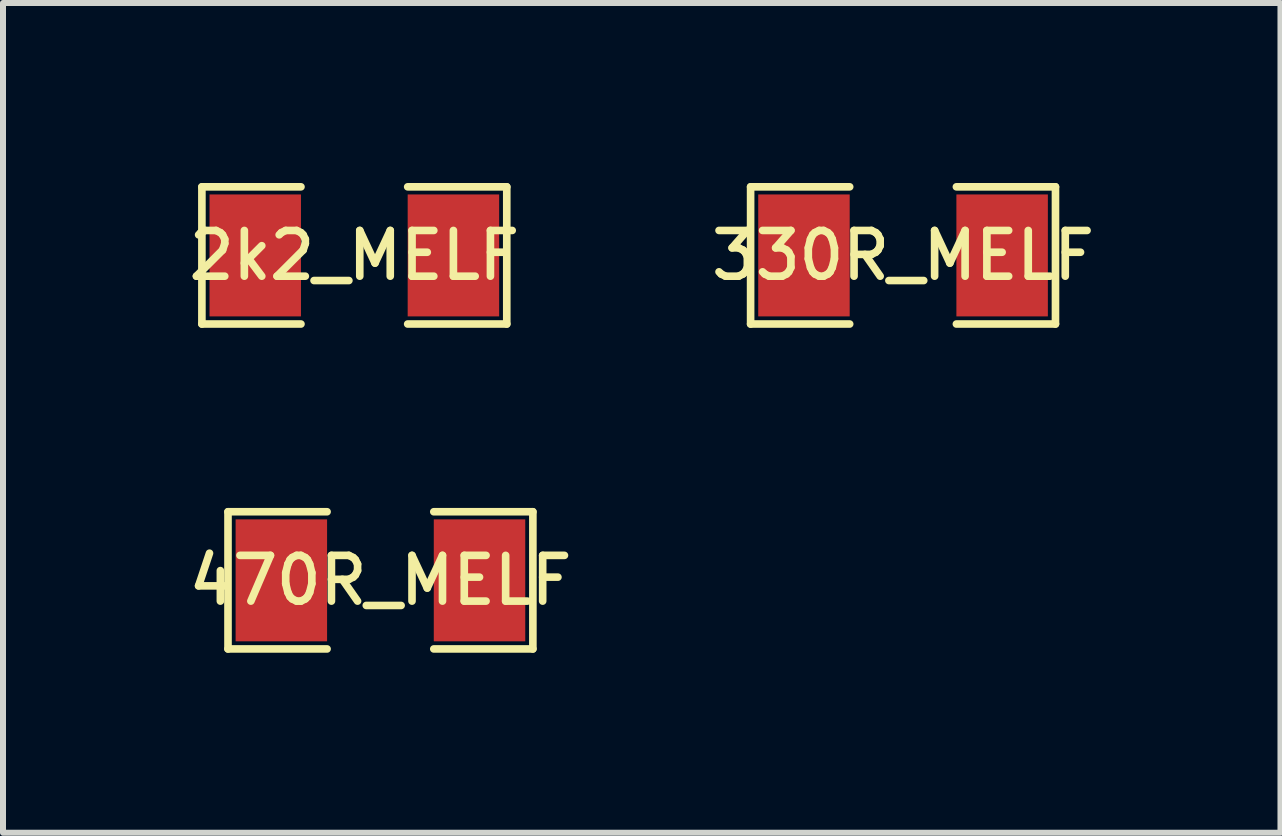
<source format=kicad_pcb>
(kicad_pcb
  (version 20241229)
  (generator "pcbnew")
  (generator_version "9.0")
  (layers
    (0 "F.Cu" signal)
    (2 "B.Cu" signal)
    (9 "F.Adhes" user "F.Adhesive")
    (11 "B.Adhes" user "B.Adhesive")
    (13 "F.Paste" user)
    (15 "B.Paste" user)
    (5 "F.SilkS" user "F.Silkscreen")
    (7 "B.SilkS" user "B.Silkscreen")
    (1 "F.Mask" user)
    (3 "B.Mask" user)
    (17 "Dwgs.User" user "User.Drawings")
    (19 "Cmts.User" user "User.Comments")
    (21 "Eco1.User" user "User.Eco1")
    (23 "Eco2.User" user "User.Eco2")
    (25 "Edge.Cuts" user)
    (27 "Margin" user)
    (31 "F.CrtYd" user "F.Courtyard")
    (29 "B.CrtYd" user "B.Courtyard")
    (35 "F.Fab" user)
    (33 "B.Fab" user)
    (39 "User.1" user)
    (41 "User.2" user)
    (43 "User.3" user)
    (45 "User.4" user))
  (footprint "470R_MELF"
    (layer "F.Cu")
    (at 3.289 6.62)
    (property "Reference" "470R_MELF" (at 0 0 0) (layer "F.SilkS") (effects (font (size 0.762 0.762) (thickness 0.127))))
    (attr smd)
    (fp_line (start -2.54 -1.143) (end -2.54 1.143) (stroke (width 0.127) (type solid)) (layer "F.SilkS"))
    (fp_line (start -2.54 1.143) (end -0.889 1.143) (stroke (width 0.127) (type solid)) (layer "F.SilkS"))
    (fp_line (start -0.889 -1.143) (end -2.54 -1.143) (stroke (width 0.127) (type solid)) (layer "F.SilkS"))
    (fp_line (start 0.889 -1.143) (end 2.54 -1.143) (stroke (width 0.127) (type solid)) (layer "F.SilkS"))
    (fp_line (start 2.54 -1.143) (end 2.54 1.143) (stroke (width 0.127) (type solid)) (layer "F.SilkS"))
    (fp_line (start 2.54 1.143) (end 0.889 1.143) (stroke (width 0.127) (type solid)) (layer "F.SilkS"))
    (pad "1" smd rect (at -1.651 0) (size 1.524 2.032) (layers "F.Cu" "F.Mask" "F.Paste"))
    (pad "2" smd rect (at 1.651 0) (size 1.524 2.032) (layers "F.Cu" "F.Mask" "F.Paste")))
  (footprint "2k2_MELF"
    (layer "F.Cu")
    (at 2.854 1.206)
    (property "Reference" "2k2_MELF" (at 0 0 0) (layer "F.SilkS") (effects (font (size 0.762 0.762) (thickness 0.127))))
    (attr smd)
    (fp_line (start -2.54 -1.143) (end -2.54 1.143) (stroke (width 0.127) (type solid)) (layer "F.SilkS"))
    (fp_line (start -2.54 1.143) (end -0.889 1.143) (stroke (width 0.127) (type solid)) (layer "F.SilkS"))
    (fp_line (start -0.889 -1.143) (end -2.54 -1.143) (stroke (width 0.127) (type solid)) (layer "F.SilkS"))
    (fp_line (start 0.889 -1.143) (end 2.54 -1.143) (stroke (width 0.127) (type solid)) (layer "F.SilkS"))
    (fp_line (start 2.54 -1.143) (end 2.54 1.143) (stroke (width 0.127) (type solid)) (layer "F.SilkS"))
    (fp_line (start 2.54 1.143) (end 0.889 1.143) (stroke (width 0.127) (type solid)) (layer "F.SilkS"))
    (pad "1" smd rect (at -1.651 0) (size 1.524 2.032) (layers "F.Cu" "F.Mask" "F.Paste"))
    (pad "2" smd rect (at 1.651 0) (size 1.524 2.032) (layers "F.Cu" "F.Mask" "F.Paste")))
  (footprint "330R_MELF"
    (layer "F.Cu")
    (at 11.997 1.206)
    (property "Reference" "330R_MELF" (at 0 0 0) (layer "F.SilkS") (effects (font (size 0.762 0.762) (thickness 0.127))))
    (attr smd)
    (fp_line (start -2.54 -1.143) (end -2.54 1.143) (stroke (width 0.127) (type solid)) (layer "F.SilkS"))
    (fp_line (start -2.54 1.143) (end -0.889 1.143) (stroke (width 0.127) (type solid)) (layer "F.SilkS"))
    (fp_line (start -0.889 -1.143) (end -2.54 -1.143) (stroke (width 0.127) (type solid)) (layer "F.SilkS"))
    (fp_line (start 0.889 -1.143) (end 2.54 -1.143) (stroke (width 0.127) (type solid)) (layer "F.SilkS"))
    (fp_line (start 2.54 -1.143) (end 2.54 1.143) (stroke (width 0.127) (type solid)) (layer "F.SilkS"))
    (fp_line (start 2.54 1.143) (end 0.889 1.143) (stroke (width 0.127) (type solid)) (layer "F.SilkS"))
    (pad "1" smd rect (at -1.651 0) (size 1.524 2.032) (layers "F.Cu" "F.Mask" "F.Paste"))
    (pad "2" smd rect (at 1.651 0) (size 1.524 2.032) (layers "F.Cu" "F.Mask" "F.Paste")))
  (gr_rect
    (start -3 -3)
    (end 18.286 10.826)
    (stroke (width 0.1) (type default))
    (fill no)
    (layer "Edge.Cuts")))
</source>
